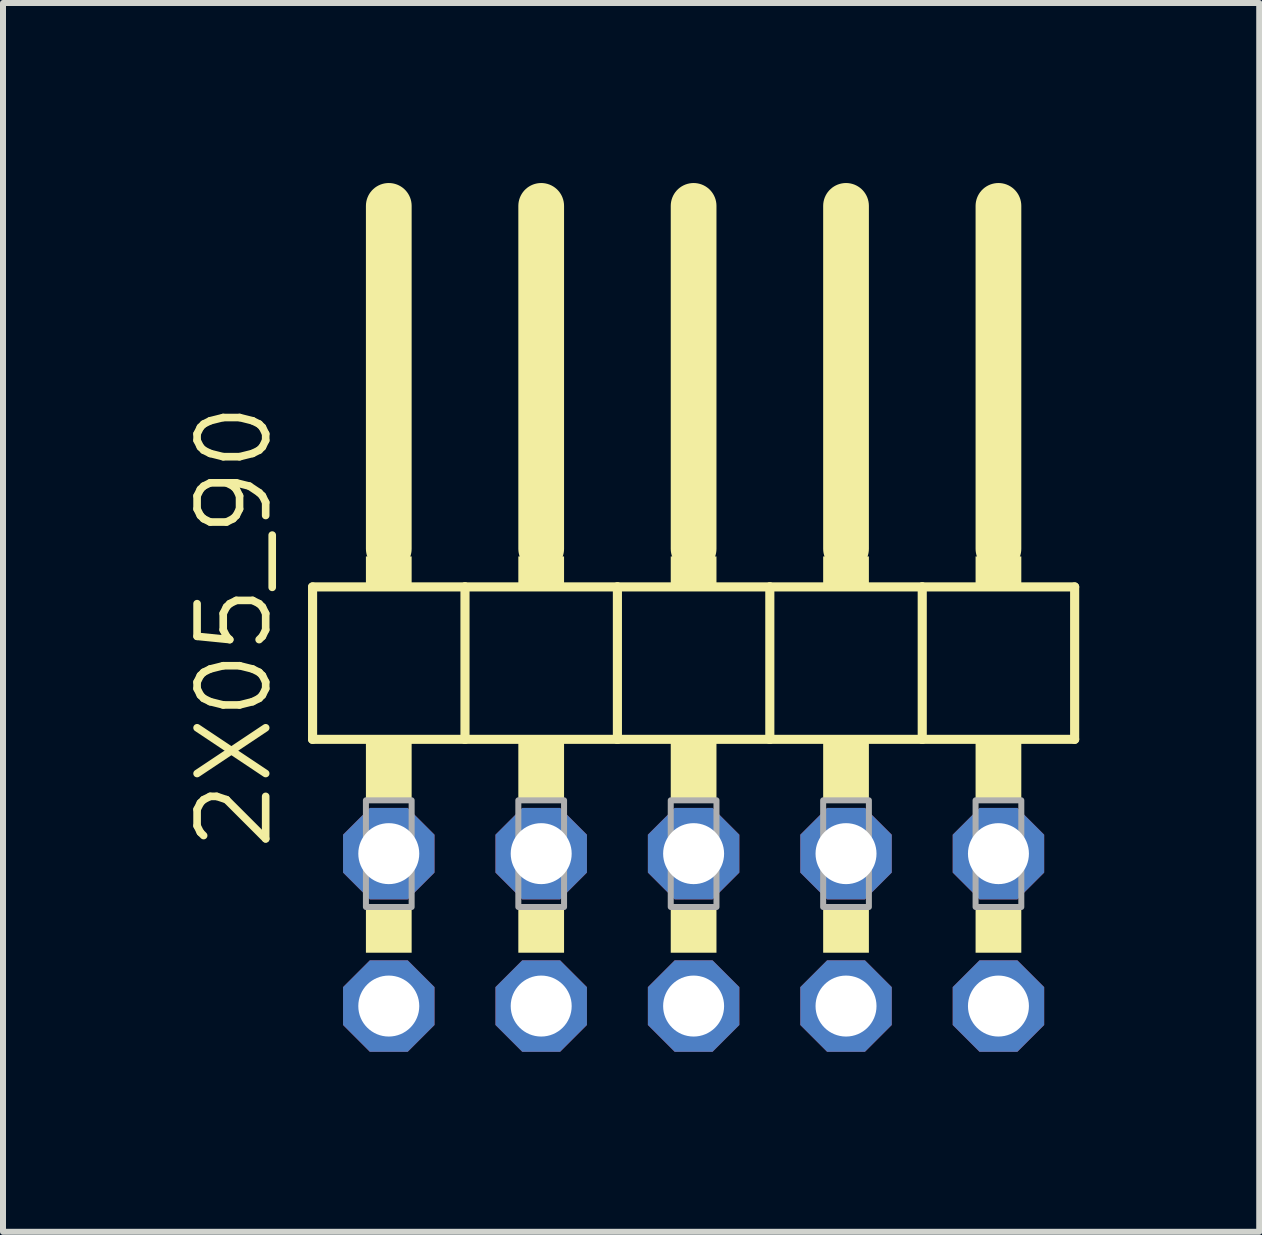
<source format=kicad_pcb>
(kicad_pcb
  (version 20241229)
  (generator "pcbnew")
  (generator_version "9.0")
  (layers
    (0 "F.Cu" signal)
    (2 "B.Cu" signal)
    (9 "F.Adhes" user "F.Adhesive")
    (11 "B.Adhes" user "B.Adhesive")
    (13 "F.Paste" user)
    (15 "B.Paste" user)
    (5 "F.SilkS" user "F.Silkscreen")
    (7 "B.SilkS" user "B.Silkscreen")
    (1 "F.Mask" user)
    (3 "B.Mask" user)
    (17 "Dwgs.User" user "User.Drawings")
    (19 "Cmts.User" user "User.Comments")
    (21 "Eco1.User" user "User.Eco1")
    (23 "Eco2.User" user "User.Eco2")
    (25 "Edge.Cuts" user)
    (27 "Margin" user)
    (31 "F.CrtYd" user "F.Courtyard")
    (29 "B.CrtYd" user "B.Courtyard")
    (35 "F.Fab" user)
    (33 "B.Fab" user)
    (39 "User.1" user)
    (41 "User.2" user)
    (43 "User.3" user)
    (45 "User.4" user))
  (footprint "2X05_90"
    (layer "F.Cu")
    (at 8.509 7.366)
    (property "Reference" "2X05_90" (at -6.985 3.81 90) (layer "F.SilkS") (effects (font (size 1.143 1.143) (thickness 0.127)) (justify left bottom)))
    (fp_line (start -6.35 -0.635) (end -6.35 1.905) (stroke (width 0.152) (type solid)) (layer "F.SilkS"))
    (fp_line (start -6.35 1.905) (end -3.81 1.905) (stroke (width 0.152) (type solid)) (layer "F.SilkS"))
    (fp_line (start -5.08 -6.985) (end -5.08 -1.27) (stroke (width 0.762) (type solid)) (layer "F.SilkS"))
    (fp_line (start -3.81 -0.635) (end -6.35 -0.635) (stroke (width 0.152) (type solid)) (layer "F.SilkS"))
    (fp_line (start -3.81 1.905) (end -3.81 -0.635) (stroke (width 0.152) (type solid)) (layer "F.SilkS"))
    (fp_line (start -3.81 1.905) (end -1.27 1.905) (stroke (width 0.152) (type solid)) (layer "F.SilkS"))
    (fp_line (start -2.54 -6.985) (end -2.54 -1.27) (stroke (width 0.762) (type solid)) (layer "F.SilkS"))
    (fp_line (start -1.27 -0.635) (end -3.81 -0.635) (stroke (width 0.152) (type solid)) (layer "F.SilkS"))
    (fp_line (start -1.27 1.905) (end -1.27 -0.635) (stroke (width 0.152) (type solid)) (layer "F.SilkS"))
    (fp_line (start -1.27 1.905) (end 1.27 1.905) (stroke (width 0.152) (type solid)) (layer "F.SilkS"))
    (fp_line (start 0 -6.985) (end 0 -1.27) (stroke (width 0.762) (type solid)) (layer "F.SilkS"))
    (fp_line (start 1.27 -0.635) (end -1.27 -0.635) (stroke (width 0.152) (type solid)) (layer "F.SilkS"))
    (fp_line (start 1.27 1.905) (end 1.27 -0.635) (stroke (width 0.152) (type solid)) (layer "F.SilkS"))
    (fp_line (start 1.27 1.905) (end 3.81 1.905) (stroke (width 0.152) (type solid)) (layer "F.SilkS"))
    (fp_line (start 2.54 -6.985) (end 2.54 -1.27) (stroke (width 0.762) (type solid)) (layer "F.SilkS"))
    (fp_line (start 3.81 -0.635) (end 1.27 -0.635) (stroke (width 0.152) (type solid)) (layer "F.SilkS"))
    (fp_line (start 3.81 1.905) (end 3.81 -0.635) (stroke (width 0.152) (type solid)) (layer "F.SilkS"))
    (fp_line (start 3.81 1.905) (end 6.35 1.905) (stroke (width 0.152) (type solid)) (layer "F.SilkS"))
    (fp_line (start 5.08 -6.985) (end 5.08 -1.27) (stroke (width 0.762) (type solid)) (layer "F.SilkS"))
    (fp_line (start 6.35 -0.635) (end 3.81 -0.635) (stroke (width 0.152) (type solid)) (layer "F.SilkS"))
    (fp_line (start 6.35 1.905) (end 6.35 -0.635) (stroke (width 0.152) (type solid)) (layer "F.SilkS"))
    (fp_poly (pts (xy -5.461 -0.635) (xy -4.699 -0.635) (xy -4.699 -1.143) (xy -5.461 -1.143)) (stroke (width 0) (type solid)) (fill yes) (layer "F.SilkS"))
    (fp_poly (pts (xy -5.461 2.921) (xy -4.699 2.921) (xy -4.699 1.905) (xy -5.461 1.905)) (stroke (width 0) (type solid)) (fill yes) (layer "F.SilkS"))
    (fp_poly (pts (xy -5.461 5.461) (xy -4.699 5.461) (xy -4.699 4.699) (xy -5.461 4.699)) (stroke (width 0) (type solid)) (fill yes) (layer "F.SilkS"))
    (fp_poly (pts (xy -2.921 -0.635) (xy -2.159 -0.635) (xy -2.159 -1.143) (xy -2.921 -1.143)) (stroke (width 0) (type solid)) (fill yes) (layer "F.SilkS"))
    (fp_poly (pts (xy -2.921 2.921) (xy -2.159 2.921) (xy -2.159 1.905) (xy -2.921 1.905)) (stroke (width 0) (type solid)) (fill yes) (layer "F.SilkS"))
    (fp_poly (pts (xy -2.921 5.461) (xy -2.159 5.461) (xy -2.159 4.699) (xy -2.921 4.699)) (stroke (width 0) (type solid)) (fill yes) (layer "F.SilkS"))
    (fp_poly (pts (xy -0.381 -0.635) (xy 0.381 -0.635) (xy 0.381 -1.143) (xy -0.381 -1.143)) (stroke (width 0) (type solid)) (fill yes) (layer "F.SilkS"))
    (fp_poly (pts (xy -0.381 2.921) (xy 0.381 2.921) (xy 0.381 1.905) (xy -0.381 1.905)) (stroke (width 0) (type solid)) (fill yes) (layer "F.SilkS"))
    (fp_poly (pts (xy -0.381 5.461) (xy 0.381 5.461) (xy 0.381 4.699) (xy -0.381 4.699)) (stroke (width 0) (type solid)) (fill yes) (layer "F.SilkS"))
    (fp_poly (pts (xy 2.159 -0.635) (xy 2.921 -0.635) (xy 2.921 -1.143) (xy 2.159 -1.143)) (stroke (width 0) (type solid)) (fill yes) (layer "F.SilkS"))
    (fp_poly (pts (xy 2.159 2.921) (xy 2.921 2.921) (xy 2.921 1.905) (xy 2.159 1.905)) (stroke (width 0) (type solid)) (fill yes) (layer "F.SilkS"))
    (fp_poly (pts (xy 2.159 5.461) (xy 2.921 5.461) (xy 2.921 4.699) (xy 2.159 4.699)) (stroke (width 0) (type solid)) (fill yes) (layer "F.SilkS"))
    (fp_poly (pts (xy 4.699 -0.635) (xy 5.461 -0.635) (xy 5.461 -1.143) (xy 4.699 -1.143)) (stroke (width 0) (type solid)) (fill yes) (layer "F.SilkS"))
    (fp_poly (pts (xy 4.699 2.921) (xy 5.461 2.921) (xy 5.461 1.905) (xy 4.699 1.905)) (stroke (width 0) (type solid)) (fill yes) (layer "F.SilkS"))
    (fp_poly (pts (xy 4.699 5.461) (xy 5.461 5.461) (xy 5.461 4.699) (xy 4.699 4.699)) (stroke (width 0) (type solid)) (fill yes) (layer "F.SilkS"))
    (fp_poly (pts (xy -5.461 4.699) (xy -4.699 4.699) (xy -4.699 2.921) (xy -5.461 2.921)) (stroke (width 0.1) (type solid)) (fill no) (layer "F.Fab"))
    (fp_poly (pts (xy -2.921 4.699) (xy -2.159 4.699) (xy -2.159 2.921) (xy -2.921 2.921)) (stroke (width 0.1) (type solid)) (fill no) (layer "F.Fab"))
    (fp_poly (pts (xy -0.381 4.699) (xy 0.381 4.699) (xy 0.381 2.921) (xy -0.381 2.921)) (stroke (width 0.1) (type solid)) (fill no) (layer "F.Fab"))
    (fp_poly (pts (xy 2.159 4.699) (xy 2.921 4.699) (xy 2.921 2.921) (xy 2.159 2.921)) (stroke (width 0.1) (type solid)) (fill no) (layer "F.Fab"))
    (fp_poly (pts (xy 4.699 4.699) (xy 5.461 4.699) (xy 5.461 2.921) (xy 4.699 2.921)) (stroke (width 0.1) (type solid)) (fill no) (layer "F.Fab"))
    (pad "1" thru_hole roundrect (at -5.08 6.35) (size 1.524 1.524) (drill 1.016) (layers "*.Cu" "*.Mask") (roundrect_rratio 0.25) (chamfer_ratio 0.293) (chamfer top_left top_right bottom_left bottom_right))
    (pad "2" thru_hole roundrect (at -5.08 3.81) (size 1.524 1.524) (drill 1.016) (layers "*.Cu" "*.Mask") (roundrect_rratio 0.25) (chamfer_ratio 0.293) (chamfer top_left top_right bottom_left bottom_right))
    (pad "3" thru_hole roundrect (at -2.54 6.35) (size 1.524 1.524) (drill 1.016) (layers "*.Cu" "*.Mask") (roundrect_rratio 0.25) (chamfer_ratio 0.293) (chamfer top_left top_right bottom_left bottom_right))
    (pad "4" thru_hole roundrect (at -2.54 3.81) (size 1.524 1.524) (drill 1.016) (layers "*.Cu" "*.Mask") (roundrect_rratio 0.25) (chamfer_ratio 0.293) (chamfer top_left top_right bottom_left bottom_right))
    (pad "5" thru_hole roundrect (at 0 6.35) (size 1.524 1.524) (drill 1.016) (layers "*.Cu" "*.Mask") (roundrect_rratio 0.25) (chamfer_ratio 0.293) (chamfer top_left top_right bottom_left bottom_right))
    (pad "6" thru_hole roundrect (at 0 3.81) (size 1.524 1.524) (drill 1.016) (layers "*.Cu" "*.Mask") (roundrect_rratio 0.25) (chamfer_ratio 0.293) (chamfer top_left top_right bottom_left bottom_right))
    (pad "7" thru_hole roundrect (at 2.54 6.35) (size 1.524 1.524) (drill 1.016) (layers "*.Cu" "*.Mask") (roundrect_rratio 0.25) (chamfer_ratio 0.293) (chamfer top_left top_right bottom_left bottom_right))
    (pad "8" thru_hole roundrect (at 2.54 3.81) (size 1.524 1.524) (drill 1.016) (layers "*.Cu" "*.Mask") (roundrect_rratio 0.25) (chamfer_ratio 0.293) (chamfer top_left top_right bottom_left bottom_right))
    (pad "9" thru_hole roundrect (at 5.08 6.35) (size 1.524 1.524) (drill 1.016) (layers "*.Cu" "*.Mask") (roundrect_rratio 0.25) (chamfer_ratio 0.293) (chamfer top_left top_right bottom_left bottom_right))
    (pad "10" thru_hole roundrect (at 5.08 3.81) (size 1.524 1.524) (drill 1.016) (layers "*.Cu" "*.Mask") (roundrect_rratio 0.25) (chamfer_ratio 0.293) (chamfer top_left top_right bottom_left bottom_right)))
  (gr_rect
    (start -3 -3)
    (end 17.935 17.478)
    (stroke (width 0.1) (type default))
    (fill no)
    (layer "Edge.Cuts")))
</source>
